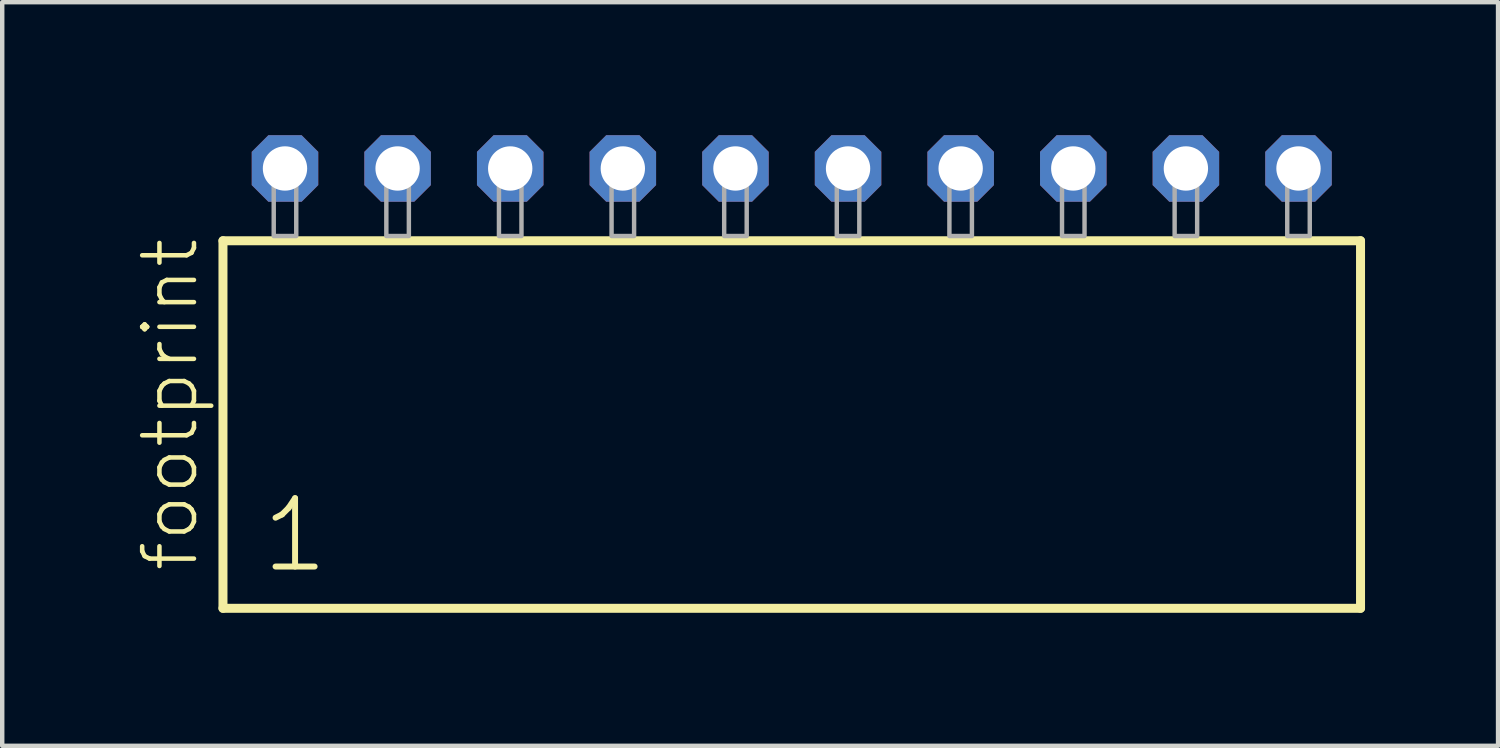
<source format=kicad_pcb>
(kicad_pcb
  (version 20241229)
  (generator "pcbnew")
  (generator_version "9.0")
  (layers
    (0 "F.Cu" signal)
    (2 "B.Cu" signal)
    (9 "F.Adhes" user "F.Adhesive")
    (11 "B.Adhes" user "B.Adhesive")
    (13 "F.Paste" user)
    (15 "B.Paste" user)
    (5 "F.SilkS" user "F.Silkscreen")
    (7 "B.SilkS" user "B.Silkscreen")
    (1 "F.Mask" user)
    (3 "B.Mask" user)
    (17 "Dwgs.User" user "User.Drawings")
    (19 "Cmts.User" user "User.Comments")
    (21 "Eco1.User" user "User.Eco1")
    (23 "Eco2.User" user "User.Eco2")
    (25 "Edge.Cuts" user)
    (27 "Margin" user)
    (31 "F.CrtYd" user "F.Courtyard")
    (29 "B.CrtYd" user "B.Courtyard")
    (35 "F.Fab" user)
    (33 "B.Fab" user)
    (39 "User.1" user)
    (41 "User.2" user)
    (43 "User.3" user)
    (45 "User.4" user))
  (footprint "footprint"
    (layer "F.Cu")
    (at 14.808 2.274)
    (property "Reference" "footprint" (at -13.335 7.62 90) (layer "F.SilkS") (effects (font (size 1.168 1.168) (thickness 0.102)) (justify left bottom)))
    (fp_line (start -12.829 0.106) (end -12.829 8.396) (stroke (width 0.203) (type solid)) (layer "F.SilkS"))
    (fp_line (start -12.829 8.396) (end 12.829 8.396) (stroke (width 0.203) (type solid)) (layer "F.SilkS"))
    (fp_line (start 12.829 0.106) (end -12.829 0.106) (stroke (width 0.203) (type solid)) (layer "F.SilkS"))
    (fp_line (start 12.829 8.396) (end 12.829 0.106) (stroke (width 0.203) (type solid)) (layer "F.SilkS"))
    (fp_poly (pts (xy -11.684 0) (xy -11.176 0) (xy -11.176 -1.778) (xy -11.684 -1.778)) (stroke (width 0.1) (type solid)) (fill no) (layer "F.Fab"))
    (fp_poly (pts (xy -9.144 0) (xy -8.636 0) (xy -8.636 -1.778) (xy -9.144 -1.778)) (stroke (width 0.1) (type solid)) (fill no) (layer "F.Fab"))
    (fp_poly (pts (xy -6.604 0) (xy -6.096 0) (xy -6.096 -1.778) (xy -6.604 -1.778)) (stroke (width 0.1) (type solid)) (fill no) (layer "F.Fab"))
    (fp_poly (pts (xy -4.064 0) (xy -3.556 0) (xy -3.556 -1.778) (xy -4.064 -1.778)) (stroke (width 0.1) (type solid)) (fill no) (layer "F.Fab"))
    (fp_poly (pts (xy -1.524 0) (xy -1.016 0) (xy -1.016 -1.778) (xy -1.524 -1.778)) (stroke (width 0.1) (type solid)) (fill no) (layer "F.Fab"))
    (fp_poly (pts (xy 1.016 0) (xy 1.524 0) (xy 1.524 -1.778) (xy 1.016 -1.778)) (stroke (width 0.1) (type solid)) (fill no) (layer "F.Fab"))
    (fp_poly (pts (xy 3.556 0) (xy 4.064 0) (xy 4.064 -1.778) (xy 3.556 -1.778)) (stroke (width 0.1) (type solid)) (fill no) (layer "F.Fab"))
    (fp_poly (pts (xy 6.096 0) (xy 6.604 0) (xy 6.604 -1.778) (xy 6.096 -1.778)) (stroke (width 0.1) (type solid)) (fill no) (layer "F.Fab"))
    (fp_poly (pts (xy 8.636 0) (xy 9.144 0) (xy 9.144 -1.778) (xy 8.636 -1.778)) (stroke (width 0.1) (type solid)) (fill no) (layer "F.Fab"))
    (fp_poly (pts (xy 11.176 0) (xy 11.684 0) (xy 11.684 -1.778) (xy 11.176 -1.778)) (stroke (width 0.1) (type solid)) (fill no) (layer "F.Fab"))
    (fp_text user "1" (at -12.025 7.65 0) (layer "F.SilkS") (effects (font (size 1.542 1.542) (thickness 0.134)) (justify left bottom)))
    (pad "1" thru_hole roundrect (at -11.43 -1.524) (size 1.5 1.5) (drill 1) (layers "*.Cu" "*.Mask") (roundrect_rratio 0.25) (chamfer_ratio 0.25) (chamfer top_left top_right bottom_left bottom_right))
    (pad "2" thru_hole roundrect (at -8.89 -1.524) (size 1.5 1.5) (drill 1) (layers "*.Cu" "*.Mask") (roundrect_rratio 0.25) (chamfer_ratio 0.25) (chamfer top_left top_right bottom_left bottom_right))
    (pad "3" thru_hole roundrect (at -6.35 -1.524) (size 1.5 1.5) (drill 1) (layers "*.Cu" "*.Mask") (roundrect_rratio 0.25) (chamfer_ratio 0.25) (chamfer top_left top_right bottom_left bottom_right))
    (pad "4" thru_hole roundrect (at -3.81 -1.524) (size 1.5 1.5) (drill 1) (layers "*.Cu" "*.Mask") (roundrect_rratio 0.25) (chamfer_ratio 0.25) (chamfer top_left top_right bottom_left bottom_right))
    (pad "5" thru_hole roundrect (at -1.27 -1.524) (size 1.5 1.5) (drill 1) (layers "*.Cu" "*.Mask") (roundrect_rratio 0.25) (chamfer_ratio 0.25) (chamfer top_left top_right bottom_left bottom_right))
    (pad "6" thru_hole roundrect (at 1.27 -1.524) (size 1.5 1.5) (drill 1) (layers "*.Cu" "*.Mask") (roundrect_rratio 0.25) (chamfer_ratio 0.25) (chamfer top_left top_right bottom_left bottom_right))
    (pad "7" thru_hole roundrect (at 3.81 -1.524) (size 1.5 1.5) (drill 1) (layers "*.Cu" "*.Mask") (roundrect_rratio 0.25) (chamfer_ratio 0.25) (chamfer top_left top_right bottom_left bottom_right))
    (pad "8" thru_hole roundrect (at 6.35 -1.524) (size 1.5 1.5) (drill 1) (layers "*.Cu" "*.Mask") (roundrect_rratio 0.25) (chamfer_ratio 0.25) (chamfer top_left top_right bottom_left bottom_right))
    (pad "9" thru_hole roundrect (at 8.89 -1.524) (size 1.5 1.5) (drill 1) (layers "*.Cu" "*.Mask") (roundrect_rratio 0.25) (chamfer_ratio 0.25) (chamfer top_left top_right bottom_left bottom_right))
    (pad "10" thru_hole roundrect (at 11.43 -1.524) (size 1.5 1.5) (drill 1) (layers "*.Cu" "*.Mask") (roundrect_rratio 0.25) (chamfer_ratio 0.25) (chamfer top_left top_right bottom_left bottom_right)))
  (gr_rect
    (start -3 -3)
    (end 30.739 13.772)
    (stroke (width 0.1) (type default))
    (fill no)
    (layer "Edge.Cuts")))
</source>
